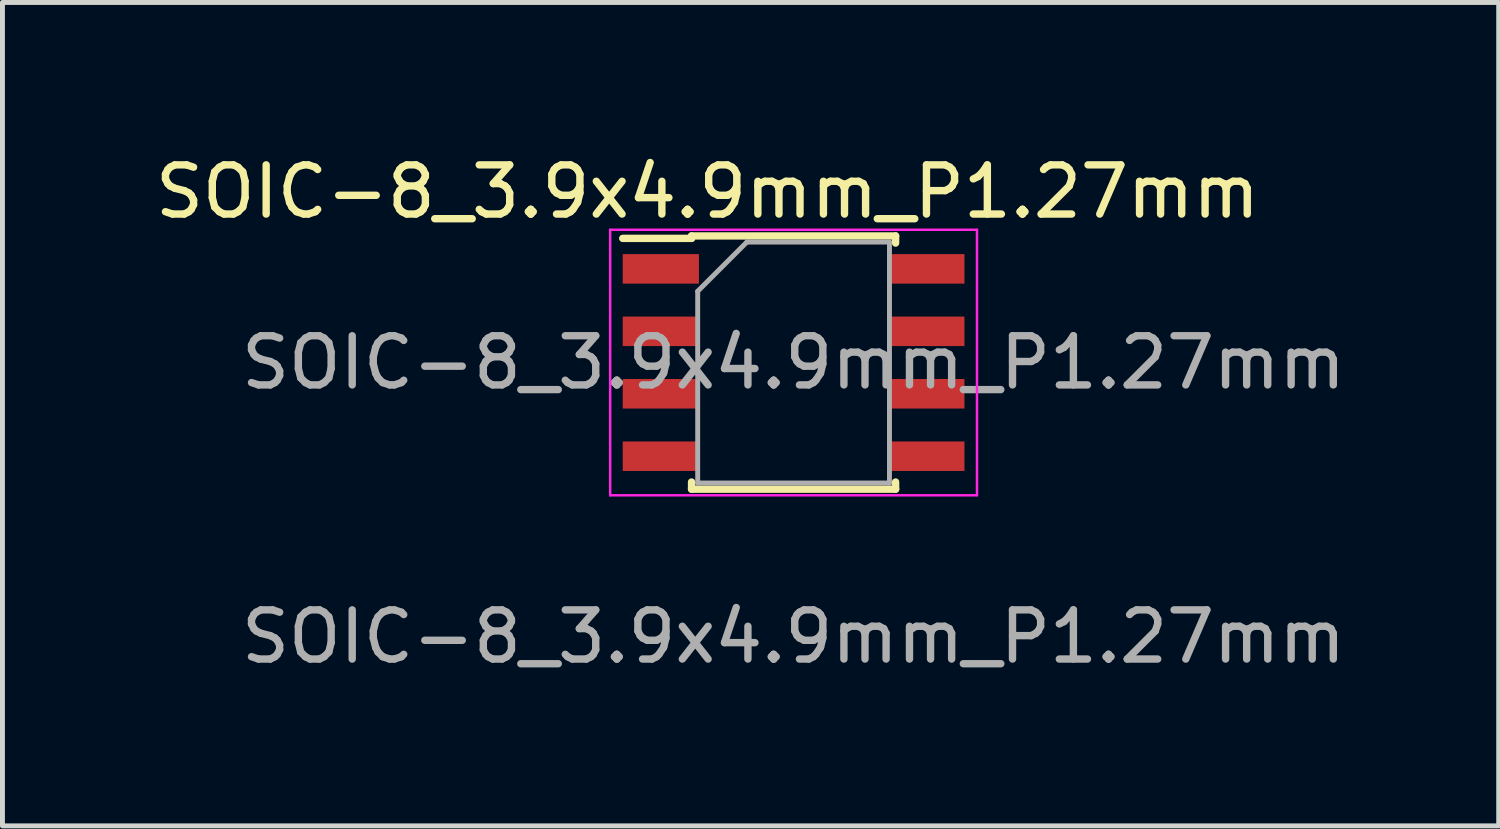
<source format=kicad_pcb>
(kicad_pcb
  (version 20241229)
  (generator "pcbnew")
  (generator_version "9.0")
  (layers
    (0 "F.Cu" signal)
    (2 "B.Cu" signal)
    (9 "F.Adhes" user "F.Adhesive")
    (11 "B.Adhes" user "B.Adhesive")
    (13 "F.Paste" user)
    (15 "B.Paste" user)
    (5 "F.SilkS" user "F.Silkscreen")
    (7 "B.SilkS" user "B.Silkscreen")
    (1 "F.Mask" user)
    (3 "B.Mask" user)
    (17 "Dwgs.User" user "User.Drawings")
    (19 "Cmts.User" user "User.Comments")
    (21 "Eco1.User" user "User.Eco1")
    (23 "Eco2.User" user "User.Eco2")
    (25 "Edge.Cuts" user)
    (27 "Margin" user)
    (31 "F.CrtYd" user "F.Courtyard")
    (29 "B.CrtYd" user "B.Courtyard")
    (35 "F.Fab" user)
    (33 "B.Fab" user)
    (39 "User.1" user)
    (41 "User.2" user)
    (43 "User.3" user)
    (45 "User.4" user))
  (footprint "SOIC-8_3.9x4.9mm_P1.27mm"
    (layer "F.Cu")
    (at 13.089 4.298)
    (property "Reference" "SOIC-8_3.9x4.9mm_P1.27mm" (at -1.75 -3.45 0) (unlocked yes) (layer "F.SilkS") (effects (font (size 1 1) (thickness 0.15))))
    (attr smd)
    (fp_line (start -2.075 -2.55) (end -2.075 -2.5) (stroke (width 0.15) (type solid)) (layer "F.SilkS"))
    (fp_line (start -2.075 -2.55) (end 2.075 -2.55) (stroke (width 0.15) (type solid)) (layer "F.SilkS"))
    (fp_line (start -2.075 -2.5) (end -3.475 -2.5) (stroke (width 0.15) (type solid)) (layer "F.SilkS"))
    (fp_line (start -2.075 2.6) (end -2.075 2.455) (stroke (width 0.15) (type solid)) (layer "F.SilkS"))
    (fp_line (start -2.075 2.6) (end 2.075 2.6) (stroke (width 0.15) (type solid)) (layer "F.SilkS"))
    (fp_line (start 2.075 -2.55) (end 2.075 -2.405) (stroke (width 0.15) (type solid)) (layer "F.SilkS"))
    (fp_line (start 2.075 2.6) (end 2.075 2.455) (stroke (width 0.15) (type solid)) (layer "F.SilkS"))
    (fp_line (start -3.73 -2.675) (end -3.73 2.725) (stroke (width 0.05) (type solid)) (layer "F.CrtYd"))
    (fp_line (start -3.73 -2.675) (end 3.73 -2.675) (stroke (width 0.05) (type solid)) (layer "F.CrtYd"))
    (fp_line (start -3.73 2.725) (end 3.73 2.725) (stroke (width 0.05) (type solid)) (layer "F.CrtYd"))
    (fp_line (start 3.73 -2.675) (end 3.73 2.725) (stroke (width 0.05) (type solid)) (layer "F.CrtYd"))
    (fp_line (start -1.95 -1.425) (end -0.95 -2.425) (stroke (width 0.1) (type solid)) (layer "F.Fab"))
    (fp_line (start -1.95 2.475) (end -1.95 -1.425) (stroke (width 0.1) (type solid)) (layer "F.Fab"))
    (fp_line (start -0.95 -2.425) (end 1.95 -2.425) (stroke (width 0.1) (type solid)) (layer "F.Fab"))
    (fp_line (start 1.95 -2.425) (end 1.95 2.475) (stroke (width 0.1) (type solid)) (layer "F.Fab"))
    (fp_line (start 1.95 2.475) (end -1.95 2.475) (stroke (width 0.1) (type solid)) (layer "F.Fab"))
    (fp_text user "${REFERENCE}" (at 0 5.6 0) (unlocked yes) (layer "F.Fab") (effects (font (size 1 1) (thickness 0.15))))
    (fp_text user "${REFERENCE}" (at 0 0.025 0) (layer "F.Fab") (effects (font (size 1 1) (thickness 0.15))))
    (pad "1" smd rect (at -2.7 -1.88) (size 1.55 0.6) (layers "F.Cu" "F.Mask" "F.Paste"))
    (pad "2" smd rect (at -2.7 -0.61) (size 1.55 0.6) (layers "F.Cu" "F.Mask" "F.Paste"))
    (pad "3" smd rect (at -2.7 0.66) (size 1.55 0.6) (layers "F.Cu" "F.Mask" "F.Paste"))
    (pad "4" smd rect (at -2.7 1.93) (size 1.55 0.6) (layers "F.Cu" "F.Mask" "F.Paste"))
    (pad "5" smd rect (at 2.7 1.93) (size 1.55 0.6) (layers "F.Cu" "F.Mask" "F.Paste"))
    (pad "6" smd rect (at 2.7 0.66) (size 1.55 0.6) (layers "F.Cu" "F.Mask" "F.Paste"))
    (pad "7" smd rect (at 2.7 -0.61) (size 1.55 0.6) (layers "F.Cu" "F.Mask" "F.Paste"))
    (pad "8" smd rect (at 2.7 -1.88) (size 1.55 0.6) (layers "F.Cu" "F.Mask" "F.Paste")))
  (gr_rect
    (start -3 -3)
    (end 27.429 13.746)
    (stroke (width 0.1) (type default))
    (fill no)
    (layer "Edge.Cuts")))
</source>
